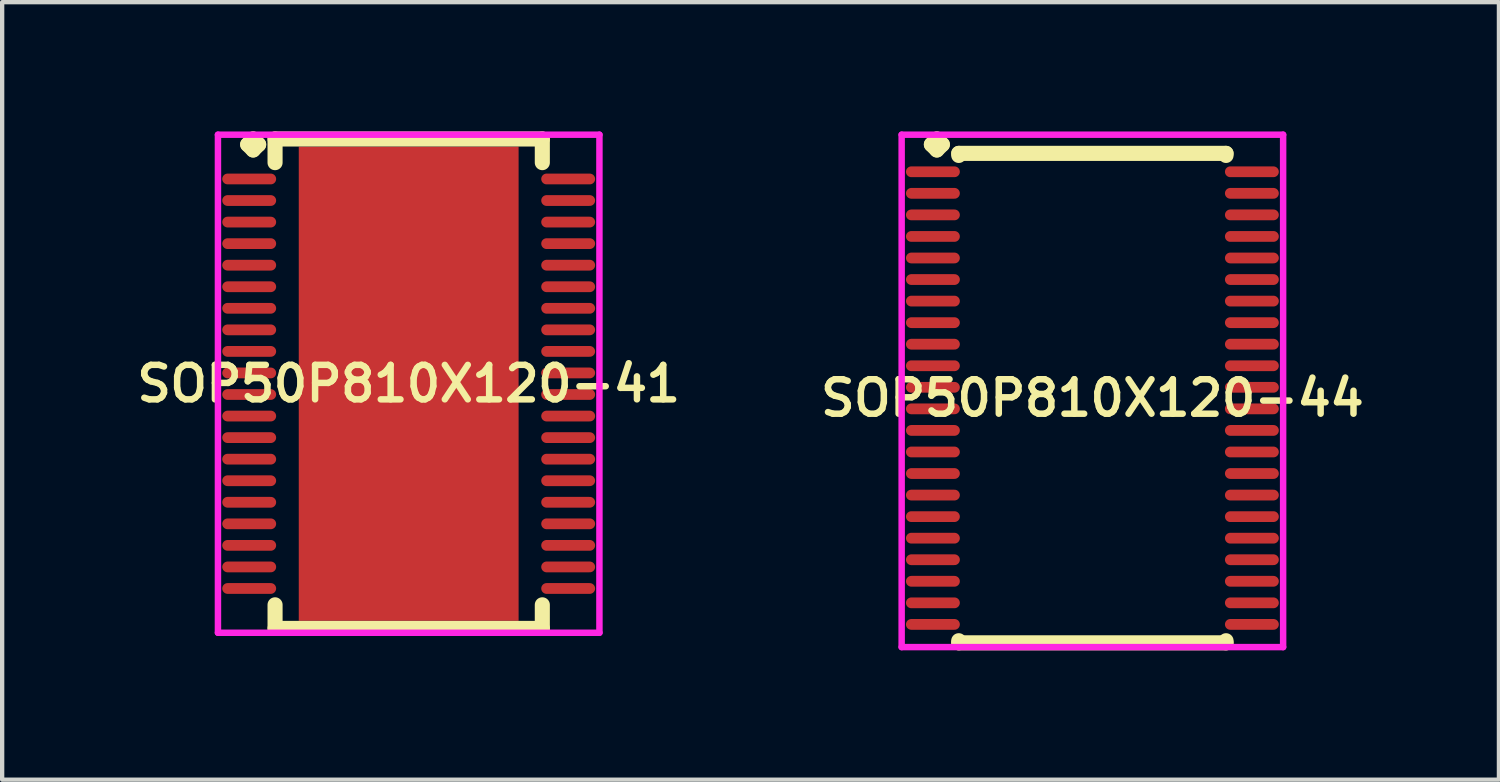
<source format=kicad_pcb>
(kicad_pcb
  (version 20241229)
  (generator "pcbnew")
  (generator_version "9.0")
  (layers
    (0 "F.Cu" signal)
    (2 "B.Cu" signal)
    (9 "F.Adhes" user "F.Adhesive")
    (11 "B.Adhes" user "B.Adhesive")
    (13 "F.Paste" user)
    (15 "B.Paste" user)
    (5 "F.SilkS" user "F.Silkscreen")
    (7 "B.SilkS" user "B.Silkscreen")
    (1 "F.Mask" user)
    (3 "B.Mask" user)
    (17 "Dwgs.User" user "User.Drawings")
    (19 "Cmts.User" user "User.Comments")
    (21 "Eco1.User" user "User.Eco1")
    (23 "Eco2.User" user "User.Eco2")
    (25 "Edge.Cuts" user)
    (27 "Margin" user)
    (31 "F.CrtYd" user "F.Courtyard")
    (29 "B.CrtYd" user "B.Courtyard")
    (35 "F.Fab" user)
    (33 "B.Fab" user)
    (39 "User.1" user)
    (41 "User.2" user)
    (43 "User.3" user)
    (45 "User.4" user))
  (footprint "SOP50P810X120-41"
    (layer "F.Cu")
    (at 6.431 5.852)
    (property "Reference" "SOP50P810X120-41" (at 0 0 0) (layer "F.SilkS") (effects (font (size 0.8 0.8) (thickness 0.15))))
    (attr smd)
    (fp_line (start -3.735 -5.55) (end -3.608 -5.677) (stroke (width 0.35) (type solid)) (layer "F.SilkS"))
    (fp_line (start -3.608 -5.677) (end -3.481 -5.55) (stroke (width 0.35) (type solid)) (layer "F.SilkS"))
    (fp_line (start -3.608 -5.423) (end -3.735 -5.55) (stroke (width 0.35) (type solid)) (layer "F.SilkS"))
    (fp_line (start -3.481 -5.55) (end -3.608 -5.423) (stroke (width 0.35) (type solid)) (layer "F.SilkS"))
    (fp_line (start -3.1 -5.677) (end 3.1 -5.677) (stroke (width 0.35) (type solid)) (layer "F.SilkS"))
    (fp_line (start -3.1 -5.129) (end -3.1 -5.677) (stroke (width 0.35) (type solid)) (layer "F.SilkS"))
    (fp_line (start -3.1 5.129) (end -3.1 5.677) (stroke (width 0.35) (type solid)) (layer "F.SilkS"))
    (fp_line (start -3.1 5.677) (end 3.1 5.677) (stroke (width 0.35) (type solid)) (layer "F.SilkS"))
    (fp_line (start 3.1 -5.677) (end 3.1 -5.129) (stroke (width 0.35) (type solid)) (layer "F.SilkS"))
    (fp_line (start 3.1 5.677) (end 3.1 5.129) (stroke (width 0.35) (type solid)) (layer "F.SilkS"))
    (fp_line (start -4.425 -5.777) (end 4.425 -5.777) (stroke (width 0.15) (type solid)) (layer "F.CrtYd"))
    (fp_line (start -4.425 5.777) (end -4.425 -5.777) (stroke (width 0.15) (type solid)) (layer "F.CrtYd"))
    (fp_line (start 4.425 -5.777) (end 4.425 5.777) (stroke (width 0.15) (type solid)) (layer "F.CrtYd"))
    (fp_line (start 4.425 5.777) (end -4.425 5.777) (stroke (width 0.15) (type solid)) (layer "F.CrtYd"))
    (pad "1" smd oval (at -3.7 -4.75) (size 1.25 0.25) (layers "F.Cu" "F.Mask" "F.Paste"))
    (pad "2" smd oval (at -3.7 -4.25) (size 1.25 0.25) (layers "F.Cu" "F.Mask" "F.Paste"))
    (pad "3" smd oval (at -3.7 -3.75) (size 1.25 0.25) (layers "F.Cu" "F.Mask" "F.Paste"))
    (pad "4" smd oval (at -3.7 -3.25) (size 1.25 0.25) (layers "F.Cu" "F.Mask" "F.Paste"))
    (pad "5" smd oval (at -3.7 -2.75) (size 1.25 0.25) (layers "F.Cu" "F.Mask" "F.Paste"))
    (pad "6" smd oval (at -3.7 -2.25) (size 1.25 0.25) (layers "F.Cu" "F.Mask" "F.Paste"))
    (pad "7" smd oval (at -3.7 -1.75) (size 1.25 0.25) (layers "F.Cu" "F.Mask" "F.Paste"))
    (pad "8" smd oval (at -3.7 -1.25) (size 1.25 0.25) (layers "F.Cu" "F.Mask" "F.Paste"))
    (pad "9" smd oval (at -3.7 -0.75) (size 1.25 0.25) (layers "F.Cu" "F.Mask" "F.Paste"))
    (pad "10" smd oval (at -3.7 -0.25) (size 1.25 0.25) (layers "F.Cu" "F.Mask" "F.Paste"))
    (pad "11" smd oval (at -3.7 0.25) (size 1.25 0.25) (layers "F.Cu" "F.Mask" "F.Paste"))
    (pad "12" smd oval (at -3.7 0.75) (size 1.25 0.25) (layers "F.Cu" "F.Mask" "F.Paste"))
    (pad "13" smd oval (at -3.7 1.25) (size 1.25 0.25) (layers "F.Cu" "F.Mask" "F.Paste"))
    (pad "14" smd oval (at -3.7 1.75) (size 1.25 0.25) (layers "F.Cu" "F.Mask" "F.Paste"))
    (pad "15" smd oval (at -3.7 2.25) (size 1.25 0.25) (layers "F.Cu" "F.Mask" "F.Paste"))
    (pad "16" smd oval (at -3.7 2.75) (size 1.25 0.25) (layers "F.Cu" "F.Mask" "F.Paste"))
    (pad "17" smd oval (at -3.7 3.25) (size 1.25 0.25) (layers "F.Cu" "F.Mask" "F.Paste"))
    (pad "18" smd oval (at -3.7 3.75) (size 1.25 0.25) (layers "F.Cu" "F.Mask" "F.Paste"))
    (pad "19" smd oval (at -3.7 4.25) (size 1.25 0.25) (layers "F.Cu" "F.Mask" "F.Paste"))
    (pad "20" smd oval (at -3.7 4.75) (size 1.25 0.25) (layers "F.Cu" "F.Mask" "F.Paste"))
    (pad "21" smd oval (at 3.7 4.75) (size 1.25 0.25) (layers "F.Cu" "F.Mask" "F.Paste"))
    (pad "22" smd oval (at 3.7 4.25) (size 1.25 0.25) (layers "F.Cu" "F.Mask" "F.Paste"))
    (pad "23" smd oval (at 3.7 3.75) (size 1.25 0.25) (layers "F.Cu" "F.Mask" "F.Paste"))
    (pad "24" smd oval (at 3.7 3.25) (size 1.25 0.25) (layers "F.Cu" "F.Mask" "F.Paste"))
    (pad "25" smd oval (at 3.7 2.75) (size 1.25 0.25) (layers "F.Cu" "F.Mask" "F.Paste"))
    (pad "26" smd oval (at 3.7 2.25) (size 1.25 0.25) (layers "F.Cu" "F.Mask" "F.Paste"))
    (pad "27" smd oval (at 3.7 1.75) (size 1.25 0.25) (layers "F.Cu" "F.Mask" "F.Paste"))
    (pad "28" smd oval (at 3.7 1.25) (size 1.25 0.25) (layers "F.Cu" "F.Mask" "F.Paste"))
    (pad "29" smd oval (at 3.7 0.75) (size 1.25 0.25) (layers "F.Cu" "F.Mask" "F.Paste"))
    (pad "30" smd oval (at 3.7 0.25) (size 1.25 0.25) (layers "F.Cu" "F.Mask" "F.Paste"))
    (pad "31" smd oval (at 3.7 -0.25) (size 1.25 0.25) (layers "F.Cu" "F.Mask" "F.Paste"))
    (pad "32" smd oval (at 3.7 -0.75) (size 1.25 0.25) (layers "F.Cu" "F.Mask" "F.Paste"))
    (pad "33" smd oval (at 3.7 -1.25) (size 1.25 0.25) (layers "F.Cu" "F.Mask" "F.Paste"))
    (pad "34" smd oval (at 3.7 -1.75) (size 1.25 0.25) (layers "F.Cu" "F.Mask" "F.Paste"))
    (pad "35" smd oval (at 3.7 -2.25) (size 1.25 0.25) (layers "F.Cu" "F.Mask" "F.Paste"))
    (pad "36" smd oval (at 3.7 -2.75) (size 1.25 0.25) (layers "F.Cu" "F.Mask" "F.Paste"))
    (pad "37" smd oval (at 3.7 -3.25) (size 1.25 0.25) (layers "F.Cu" "F.Mask" "F.Paste"))
    (pad "38" smd oval (at 3.7 -3.75) (size 1.25 0.25) (layers "F.Cu" "F.Mask" "F.Paste"))
    (pad "39" smd oval (at 3.7 -4.25) (size 1.25 0.25) (layers "F.Cu" "F.Mask" "F.Paste"))
    (pad "40" smd oval (at 3.7 -4.75) (size 1.25 0.25) (layers "F.Cu" "F.Mask" "F.Paste"))
    (pad "41" smd rect (at 0 0) (size 5.1 11) (layers "F.Cu" "F.Mask" "F.Paste")))
  (footprint "SOP50P810X120-44"
    (layer "F.Cu")
    (at 22.292 6.185)
    (property "Reference" "SOP50P810X120-44" (at 0 0 0) (layer "F.SilkS") (effects (font (size 0.8 0.8) (thickness 0.15))))
    (attr smd)
    (fp_line (start -3.735 -5.883) (end -3.608 -6.01) (stroke (width 0.35) (type solid)) (layer "F.SilkS"))
    (fp_line (start -3.608 -6.01) (end -3.481 -5.883) (stroke (width 0.35) (type solid)) (layer "F.SilkS"))
    (fp_line (start -3.608 -5.756) (end -3.735 -5.883) (stroke (width 0.35) (type solid)) (layer "F.SilkS"))
    (fp_line (start -3.481 -5.883) (end -3.608 -5.756) (stroke (width 0.35) (type solid)) (layer "F.SilkS"))
    (fp_line (start -3.1 -5.677) (end 3.1 -5.677) (stroke (width 0.35) (type solid)) (layer "F.SilkS"))
    (fp_line (start -3.1 -5.629) (end -3.1 -5.677) (stroke (width 0.35) (type solid)) (layer "F.SilkS"))
    (fp_line (start -3.1 5.629) (end -3.1 5.677) (stroke (width 0.35) (type solid)) (layer "F.SilkS"))
    (fp_line (start -3.1 5.677) (end 3.1 5.677) (stroke (width 0.35) (type solid)) (layer "F.SilkS"))
    (fp_line (start 3.1 -5.677) (end 3.1 -5.629) (stroke (width 0.35) (type solid)) (layer "F.SilkS"))
    (fp_line (start 3.1 5.677) (end 3.1 5.629) (stroke (width 0.35) (type solid)) (layer "F.SilkS"))
    (fp_line (start -4.425 -6.11) (end 4.425 -6.11) (stroke (width 0.15) (type solid)) (layer "F.CrtYd"))
    (fp_line (start -4.425 5.777) (end -4.425 -6.11) (stroke (width 0.15) (type solid)) (layer "F.CrtYd"))
    (fp_line (start 4.425 -6.11) (end 4.425 5.777) (stroke (width 0.15) (type solid)) (layer "F.CrtYd"))
    (fp_line (start 4.425 5.777) (end -4.425 5.777) (stroke (width 0.15) (type solid)) (layer "F.CrtYd"))
    (pad "1" smd oval (at -3.7 -5.25) (size 1.25 0.25) (layers "F.Cu" "F.Mask" "F.Paste"))
    (pad "2" smd oval (at -3.7 -4.75) (size 1.25 0.25) (layers "F.Cu" "F.Mask" "F.Paste"))
    (pad "3" smd oval (at -3.7 -4.25) (size 1.25 0.25) (layers "F.Cu" "F.Mask" "F.Paste"))
    (pad "4" smd oval (at -3.7 -3.75) (size 1.25 0.25) (layers "F.Cu" "F.Mask" "F.Paste"))
    (pad "5" smd oval (at -3.7 -3.25) (size 1.25 0.25) (layers "F.Cu" "F.Mask" "F.Paste"))
    (pad "6" smd oval (at -3.7 -2.75) (size 1.25 0.25) (layers "F.Cu" "F.Mask" "F.Paste"))
    (pad "7" smd oval (at -3.7 -2.25) (size 1.25 0.25) (layers "F.Cu" "F.Mask" "F.Paste"))
    (pad "8" smd oval (at -3.7 -1.75) (size 1.25 0.25) (layers "F.Cu" "F.Mask" "F.Paste"))
    (pad "9" smd oval (at -3.7 -1.25) (size 1.25 0.25) (layers "F.Cu" "F.Mask" "F.Paste"))
    (pad "10" smd oval (at -3.7 -0.75) (size 1.25 0.25) (layers "F.Cu" "F.Mask" "F.Paste"))
    (pad "11" smd oval (at -3.7 -0.25) (size 1.25 0.25) (layers "F.Cu" "F.Mask" "F.Paste"))
    (pad "12" smd oval (at -3.7 0.25) (size 1.25 0.25) (layers "F.Cu" "F.Mask" "F.Paste"))
    (pad "13" smd oval (at -3.7 0.75) (size 1.25 0.25) (layers "F.Cu" "F.Mask" "F.Paste"))
    (pad "14" smd oval (at -3.7 1.25) (size 1.25 0.25) (layers "F.Cu" "F.Mask" "F.Paste"))
    (pad "15" smd oval (at -3.7 1.75) (size 1.25 0.25) (layers "F.Cu" "F.Mask" "F.Paste"))
    (pad "16" smd oval (at -3.7 2.25) (size 1.25 0.25) (layers "F.Cu" "F.Mask" "F.Paste"))
    (pad "17" smd oval (at -3.7 2.75) (size 1.25 0.25) (layers "F.Cu" "F.Mask" "F.Paste"))
    (pad "18" smd oval (at -3.7 3.25) (size 1.25 0.25) (layers "F.Cu" "F.Mask" "F.Paste"))
    (pad "19" smd oval (at -3.7 3.75) (size 1.25 0.25) (layers "F.Cu" "F.Mask" "F.Paste"))
    (pad "20" smd oval (at -3.7 4.25) (size 1.25 0.25) (layers "F.Cu" "F.Mask" "F.Paste"))
    (pad "21" smd oval (at -3.7 4.75) (size 1.25 0.25) (layers "F.Cu" "F.Mask" "F.Paste"))
    (pad "22" smd oval (at -3.7 5.25) (size 1.25 0.25) (layers "F.Cu" "F.Mask" "F.Paste"))
    (pad "23" smd oval (at 3.7 5.25) (size 1.25 0.25) (layers "F.Cu" "F.Mask" "F.Paste"))
    (pad "24" smd oval (at 3.7 4.75) (size 1.25 0.25) (layers "F.Cu" "F.Mask" "F.Paste"))
    (pad "25" smd oval (at 3.7 4.25) (size 1.25 0.25) (layers "F.Cu" "F.Mask" "F.Paste"))
    (pad "26" smd oval (at 3.7 3.75) (size 1.25 0.25) (layers "F.Cu" "F.Mask" "F.Paste"))
    (pad "27" smd oval (at 3.7 3.25) (size 1.25 0.25) (layers "F.Cu" "F.Mask" "F.Paste"))
    (pad "28" smd oval (at 3.7 2.75) (size 1.25 0.25) (layers "F.Cu" "F.Mask" "F.Paste"))
    (pad "29" smd oval (at 3.7 2.25) (size 1.25 0.25) (layers "F.Cu" "F.Mask" "F.Paste"))
    (pad "30" smd oval (at 3.7 1.75) (size 1.25 0.25) (layers "F.Cu" "F.Mask" "F.Paste"))
    (pad "31" smd oval (at 3.7 1.25) (size 1.25 0.25) (layers "F.Cu" "F.Mask" "F.Paste"))
    (pad "32" smd oval (at 3.7 0.75) (size 1.25 0.25) (layers "F.Cu" "F.Mask" "F.Paste"))
    (pad "33" smd oval (at 3.7 0.25) (size 1.25 0.25) (layers "F.Cu" "F.Mask" "F.Paste"))
    (pad "34" smd oval (at 3.7 -0.25) (size 1.25 0.25) (layers "F.Cu" "F.Mask" "F.Paste"))
    (pad "35" smd oval (at 3.7 -0.75) (size 1.25 0.25) (layers "F.Cu" "F.Mask" "F.Paste"))
    (pad "36" smd oval (at 3.7 -1.25) (size 1.25 0.25) (layers "F.Cu" "F.Mask" "F.Paste"))
    (pad "37" smd oval (at 3.7 -1.75) (size 1.25 0.25) (layers "F.Cu" "F.Mask" "F.Paste"))
    (pad "38" smd oval (at 3.7 -2.25) (size 1.25 0.25) (layers "F.Cu" "F.Mask" "F.Paste"))
    (pad "39" smd oval (at 3.7 -2.75) (size 1.25 0.25) (layers "F.Cu" "F.Mask" "F.Paste"))
    (pad "40" smd oval (at 3.7 -3.25) (size 1.25 0.25) (layers "F.Cu" "F.Mask" "F.Paste"))
    (pad "41" smd oval (at 3.7 -3.75) (size 1.25 0.25) (layers "F.Cu" "F.Mask" "F.Paste"))
    (pad "42" smd oval (at 3.7 -4.25) (size 1.25 0.25) (layers "F.Cu" "F.Mask" "F.Paste"))
    (pad "43" smd oval (at 3.7 -4.75) (size 1.25 0.25) (layers "F.Cu" "F.Mask" "F.Paste"))
    (pad "44" smd oval (at 3.7 -5.25) (size 1.25 0.25) (layers "F.Cu" "F.Mask" "F.Paste")))
  (gr_rect
    (start -3 -3)
    (end 31.723 15.037)
    (stroke (width 0.1) (type default))
    (fill no)
    (layer "Edge.Cuts")))
</source>
